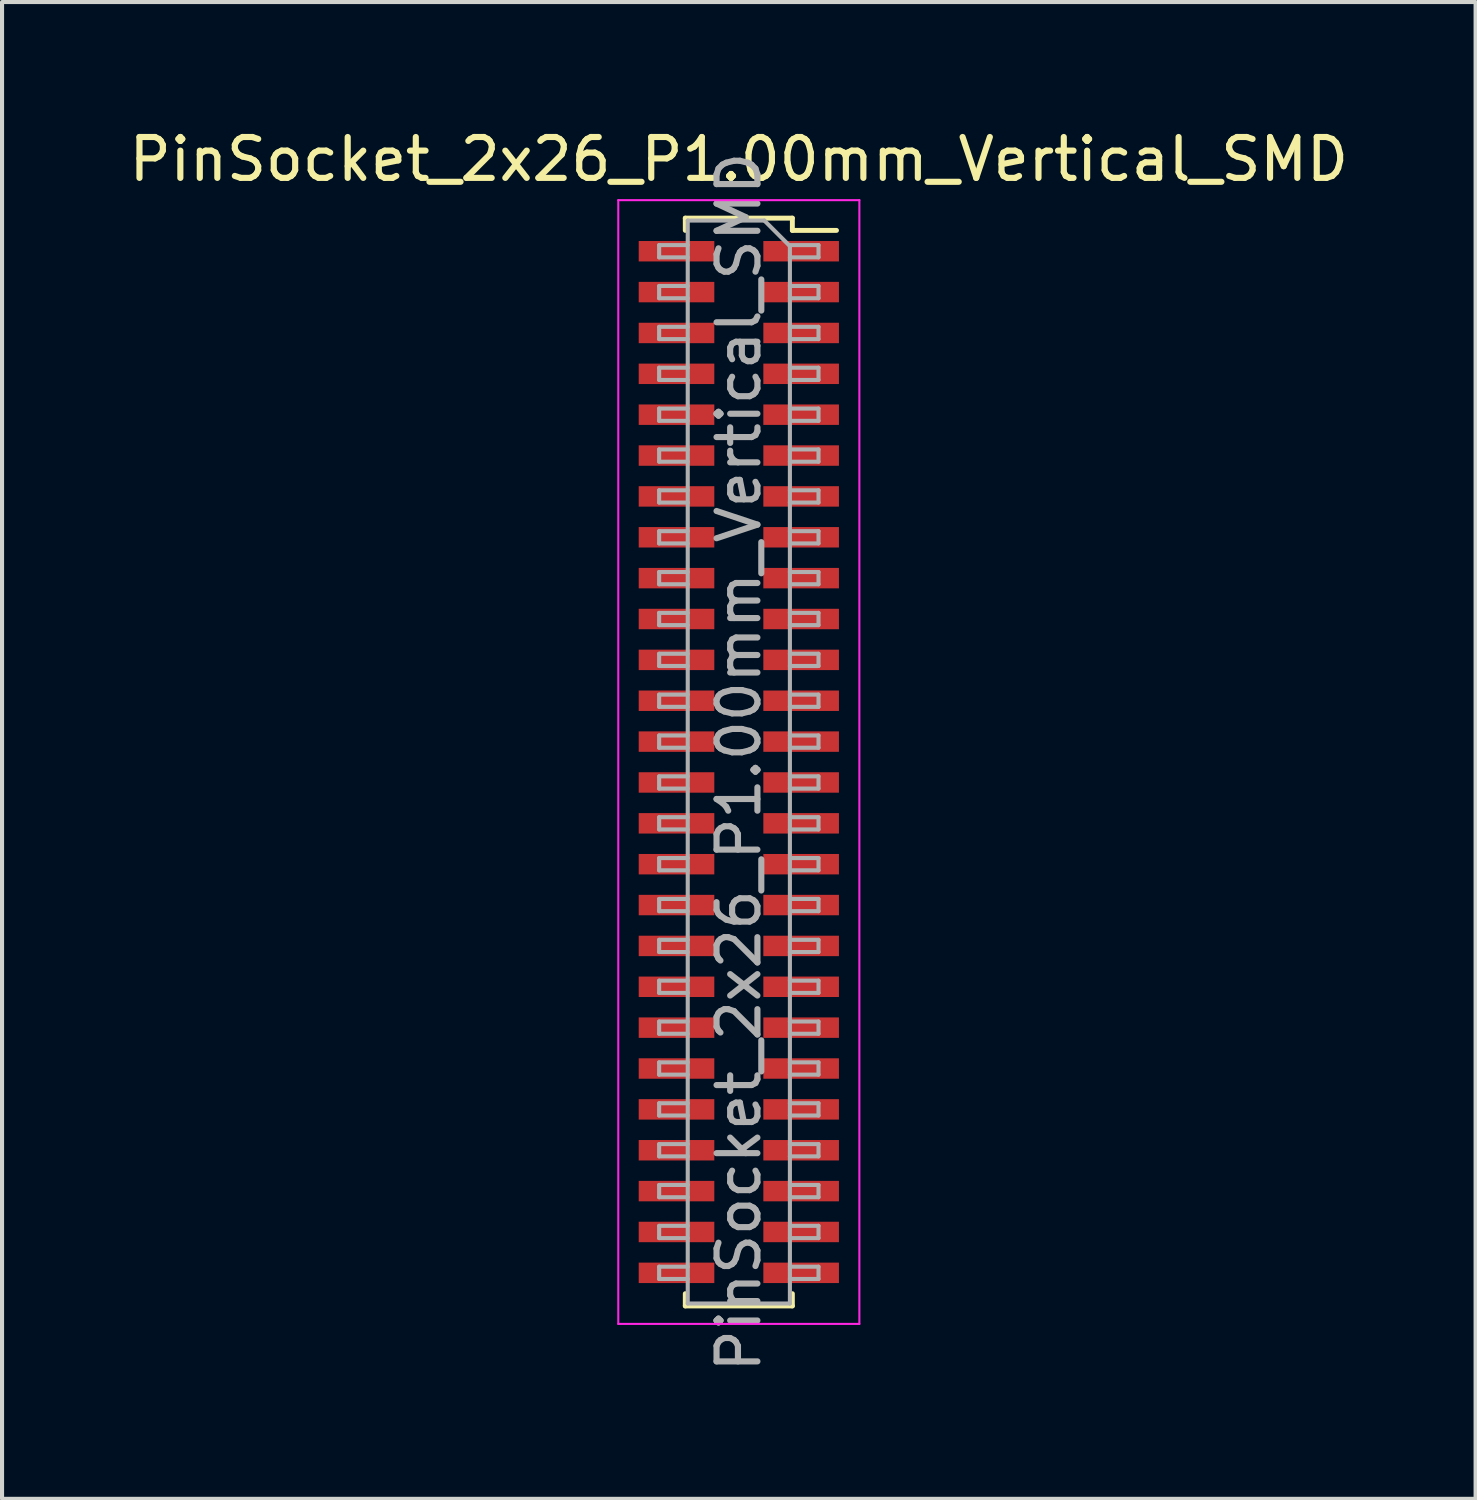
<source format=kicad_pcb>
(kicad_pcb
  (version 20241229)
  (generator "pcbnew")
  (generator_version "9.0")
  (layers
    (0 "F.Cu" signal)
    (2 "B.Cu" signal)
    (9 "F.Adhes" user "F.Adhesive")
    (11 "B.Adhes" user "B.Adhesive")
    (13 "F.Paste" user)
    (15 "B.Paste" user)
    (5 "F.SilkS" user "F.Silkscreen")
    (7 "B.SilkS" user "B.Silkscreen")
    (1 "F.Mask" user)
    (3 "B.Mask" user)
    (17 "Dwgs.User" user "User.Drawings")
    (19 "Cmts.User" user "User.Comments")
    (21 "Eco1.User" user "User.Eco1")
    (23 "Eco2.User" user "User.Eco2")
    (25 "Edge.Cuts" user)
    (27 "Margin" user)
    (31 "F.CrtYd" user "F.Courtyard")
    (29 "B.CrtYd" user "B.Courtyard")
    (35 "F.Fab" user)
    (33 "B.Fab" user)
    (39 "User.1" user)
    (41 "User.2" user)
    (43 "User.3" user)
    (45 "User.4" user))
  (footprint "PinSocket_2x26_P1.00mm_Vertical_SMD"
    (layer "F.Cu")
    (at 15.03 15.598)
    (property "Reference" "PinSocket_2x26_P1.00mm_Vertical_SMD" (at 0 -14.75 0) (layer "F.SilkS") (effects (font (size 1 1) (thickness 0.15))))
    (attr smd)
    (fp_line (start -1.31 -13.31) (end -1.31 -13.01) (stroke (width 0.12) (type solid)) (layer "F.SilkS"))
    (fp_line (start -1.31 -13.31) (end 1.31 -13.31) (stroke (width 0.12) (type solid)) (layer "F.SilkS"))
    (fp_line (start -1.31 13.01) (end -1.31 13.31) (stroke (width 0.12) (type solid)) (layer "F.SilkS"))
    (fp_line (start -1.31 13.31) (end 1.31 13.31) (stroke (width 0.12) (type solid)) (layer "F.SilkS"))
    (fp_line (start 1.31 -13.31) (end 1.31 -13.01) (stroke (width 0.12) (type solid)) (layer "F.SilkS"))
    (fp_line (start 1.31 -13.01) (end 2.39 -13.01) (stroke (width 0.12) (type solid)) (layer "F.SilkS"))
    (fp_line (start 1.31 13.01) (end 1.31 13.31) (stroke (width 0.12) (type solid)) (layer "F.SilkS"))
    (fp_line (start -2.95 -13.75) (end 2.95 -13.75) (stroke (width 0.05) (type solid)) (layer "F.CrtYd"))
    (fp_line (start -2.95 13.75) (end -2.95 -13.75) (stroke (width 0.05) (type solid)) (layer "F.CrtYd"))
    (fp_line (start 2.95 -13.75) (end 2.95 13.75) (stroke (width 0.05) (type solid)) (layer "F.CrtYd"))
    (fp_line (start 2.95 13.75) (end -2.95 13.75) (stroke (width 0.05) (type solid)) (layer "F.CrtYd"))
    (fp_line (start -1.95 -12.65) (end -1.25 -12.65) (stroke (width 0.1) (type solid)) (layer "F.Fab"))
    (fp_line (start -1.95 -12.35) (end -1.95 -12.65) (stroke (width 0.1) (type solid)) (layer "F.Fab"))
    (fp_line (start -1.95 -11.65) (end -1.25 -11.65) (stroke (width 0.1) (type solid)) (layer "F.Fab"))
    (fp_line (start -1.95 -11.35) (end -1.95 -11.65) (stroke (width 0.1) (type solid)) (layer "F.Fab"))
    (fp_line (start -1.95 -10.65) (end -1.25 -10.65) (stroke (width 0.1) (type solid)) (layer "F.Fab"))
    (fp_line (start -1.95 -10.35) (end -1.95 -10.65) (stroke (width 0.1) (type solid)) (layer "F.Fab"))
    (fp_line (start -1.95 -9.65) (end -1.25 -9.65) (stroke (width 0.1) (type solid)) (layer "F.Fab"))
    (fp_line (start -1.95 -9.35) (end -1.95 -9.65) (stroke (width 0.1) (type solid)) (layer "F.Fab"))
    (fp_line (start -1.95 -8.65) (end -1.25 -8.65) (stroke (width 0.1) (type solid)) (layer "F.Fab"))
    (fp_line (start -1.95 -8.35) (end -1.95 -8.65) (stroke (width 0.1) (type solid)) (layer "F.Fab"))
    (fp_line (start -1.95 -7.65) (end -1.25 -7.65) (stroke (width 0.1) (type solid)) (layer "F.Fab"))
    (fp_line (start -1.95 -7.35) (end -1.95 -7.65) (stroke (width 0.1) (type solid)) (layer "F.Fab"))
    (fp_line (start -1.95 -6.65) (end -1.25 -6.65) (stroke (width 0.1) (type solid)) (layer "F.Fab"))
    (fp_line (start -1.95 -6.35) (end -1.95 -6.65) (stroke (width 0.1) (type solid)) (layer "F.Fab"))
    (fp_line (start -1.95 -5.65) (end -1.25 -5.65) (stroke (width 0.1) (type solid)) (layer "F.Fab"))
    (fp_line (start -1.95 -5.35) (end -1.95 -5.65) (stroke (width 0.1) (type solid)) (layer "F.Fab"))
    (fp_line (start -1.95 -4.65) (end -1.25 -4.65) (stroke (width 0.1) (type solid)) (layer "F.Fab"))
    (fp_line (start -1.95 -4.35) (end -1.95 -4.65) (stroke (width 0.1) (type solid)) (layer "F.Fab"))
    (fp_line (start -1.95 -3.65) (end -1.25 -3.65) (stroke (width 0.1) (type solid)) (layer "F.Fab"))
    (fp_line (start -1.95 -3.35) (end -1.95 -3.65) (stroke (width 0.1) (type solid)) (layer "F.Fab"))
    (fp_line (start -1.95 -2.65) (end -1.25 -2.65) (stroke (width 0.1) (type solid)) (layer "F.Fab"))
    (fp_line (start -1.95 -2.35) (end -1.95 -2.65) (stroke (width 0.1) (type solid)) (layer "F.Fab"))
    (fp_line (start -1.95 -1.65) (end -1.25 -1.65) (stroke (width 0.1) (type solid)) (layer "F.Fab"))
    (fp_line (start -1.95 -1.35) (end -1.95 -1.65) (stroke (width 0.1) (type solid)) (layer "F.Fab"))
    (fp_line (start -1.95 -0.65) (end -1.25 -0.65) (stroke (width 0.1) (type solid)) (layer "F.Fab"))
    (fp_line (start -1.95 -0.35) (end -1.95 -0.65) (stroke (width 0.1) (type solid)) (layer "F.Fab"))
    (fp_line (start -1.95 0.35) (end -1.25 0.35) (stroke (width 0.1) (type solid)) (layer "F.Fab"))
    (fp_line (start -1.95 0.65) (end -1.95 0.35) (stroke (width 0.1) (type solid)) (layer "F.Fab"))
    (fp_line (start -1.95 1.35) (end -1.25 1.35) (stroke (width 0.1) (type solid)) (layer "F.Fab"))
    (fp_line (start -1.95 1.65) (end -1.95 1.35) (stroke (width 0.1) (type solid)) (layer "F.Fab"))
    (fp_line (start -1.95 2.35) (end -1.25 2.35) (stroke (width 0.1) (type solid)) (layer "F.Fab"))
    (fp_line (start -1.95 2.65) (end -1.95 2.35) (stroke (width 0.1) (type solid)) (layer "F.Fab"))
    (fp_line (start -1.95 3.35) (end -1.25 3.35) (stroke (width 0.1) (type solid)) (layer "F.Fab"))
    (fp_line (start -1.95 3.65) (end -1.95 3.35) (stroke (width 0.1) (type solid)) (layer "F.Fab"))
    (fp_line (start -1.95 4.35) (end -1.25 4.35) (stroke (width 0.1) (type solid)) (layer "F.Fab"))
    (fp_line (start -1.95 4.65) (end -1.95 4.35) (stroke (width 0.1) (type solid)) (layer "F.Fab"))
    (fp_line (start -1.95 5.35) (end -1.25 5.35) (stroke (width 0.1) (type solid)) (layer "F.Fab"))
    (fp_line (start -1.95 5.65) (end -1.95 5.35) (stroke (width 0.1) (type solid)) (layer "F.Fab"))
    (fp_line (start -1.95 6.35) (end -1.25 6.35) (stroke (width 0.1) (type solid)) (layer "F.Fab"))
    (fp_line (start -1.95 6.65) (end -1.95 6.35) (stroke (width 0.1) (type solid)) (layer "F.Fab"))
    (fp_line (start -1.95 7.35) (end -1.25 7.35) (stroke (width 0.1) (type solid)) (layer "F.Fab"))
    (fp_line (start -1.95 7.65) (end -1.95 7.35) (stroke (width 0.1) (type solid)) (layer "F.Fab"))
    (fp_line (start -1.95 8.35) (end -1.25 8.35) (stroke (width 0.1) (type solid)) (layer "F.Fab"))
    (fp_line (start -1.95 8.65) (end -1.95 8.35) (stroke (width 0.1) (type solid)) (layer "F.Fab"))
    (fp_line (start -1.95 9.35) (end -1.25 9.35) (stroke (width 0.1) (type solid)) (layer "F.Fab"))
    (fp_line (start -1.95 9.65) (end -1.95 9.35) (stroke (width 0.1) (type solid)) (layer "F.Fab"))
    (fp_line (start -1.95 10.35) (end -1.25 10.35) (stroke (width 0.1) (type solid)) (layer "F.Fab"))
    (fp_line (start -1.95 10.65) (end -1.95 10.35) (stroke (width 0.1) (type solid)) (layer "F.Fab"))
    (fp_line (start -1.95 11.35) (end -1.25 11.35) (stroke (width 0.1) (type solid)) (layer "F.Fab"))
    (fp_line (start -1.95 11.65) (end -1.95 11.35) (stroke (width 0.1) (type solid)) (layer "F.Fab"))
    (fp_line (start -1.95 12.35) (end -1.25 12.35) (stroke (width 0.1) (type solid)) (layer "F.Fab"))
    (fp_line (start -1.95 12.65) (end -1.95 12.35) (stroke (width 0.1) (type solid)) (layer "F.Fab"))
    (fp_line (start -1.25 -13.25) (end 0.625 -13.25) (stroke (width 0.1) (type solid)) (layer "F.Fab"))
    (fp_line (start -1.25 -12.35) (end -1.95 -12.35) (stroke (width 0.1) (type solid)) (layer "F.Fab"))
    (fp_line (start -1.25 -11.35) (end -1.95 -11.35) (stroke (width 0.1) (type solid)) (layer "F.Fab"))
    (fp_line (start -1.25 -10.35) (end -1.95 -10.35) (stroke (width 0.1) (type solid)) (layer "F.Fab"))
    (fp_line (start -1.25 -9.35) (end -1.95 -9.35) (stroke (width 0.1) (type solid)) (layer "F.Fab"))
    (fp_line (start -1.25 -8.35) (end -1.95 -8.35) (stroke (width 0.1) (type solid)) (layer "F.Fab"))
    (fp_line (start -1.25 -7.35) (end -1.95 -7.35) (stroke (width 0.1) (type solid)) (layer "F.Fab"))
    (fp_line (start -1.25 -6.35) (end -1.95 -6.35) (stroke (width 0.1) (type solid)) (layer "F.Fab"))
    (fp_line (start -1.25 -5.35) (end -1.95 -5.35) (stroke (width 0.1) (type solid)) (layer "F.Fab"))
    (fp_line (start -1.25 -4.35) (end -1.95 -4.35) (stroke (width 0.1) (type solid)) (layer "F.Fab"))
    (fp_line (start -1.25 -3.35) (end -1.95 -3.35) (stroke (width 0.1) (type solid)) (layer "F.Fab"))
    (fp_line (start -1.25 -2.35) (end -1.95 -2.35) (stroke (width 0.1) (type solid)) (layer "F.Fab"))
    (fp_line (start -1.25 -1.35) (end -1.95 -1.35) (stroke (width 0.1) (type solid)) (layer "F.Fab"))
    (fp_line (start -1.25 -0.35) (end -1.95 -0.35) (stroke (width 0.1) (type solid)) (layer "F.Fab"))
    (fp_line (start -1.25 0.65) (end -1.95 0.65) (stroke (width 0.1) (type solid)) (layer "F.Fab"))
    (fp_line (start -1.25 1.65) (end -1.95 1.65) (stroke (width 0.1) (type solid)) (layer "F.Fab"))
    (fp_line (start -1.25 2.65) (end -1.95 2.65) (stroke (width 0.1) (type solid)) (layer "F.Fab"))
    (fp_line (start -1.25 3.65) (end -1.95 3.65) (stroke (width 0.1) (type solid)) (layer "F.Fab"))
    (fp_line (start -1.25 4.65) (end -1.95 4.65) (stroke (width 0.1) (type solid)) (layer "F.Fab"))
    (fp_line (start -1.25 5.65) (end -1.95 5.65) (stroke (width 0.1) (type solid)) (layer "F.Fab"))
    (fp_line (start -1.25 6.65) (end -1.95 6.65) (stroke (width 0.1) (type solid)) (layer "F.Fab"))
    (fp_line (start -1.25 7.65) (end -1.95 7.65) (stroke (width 0.1) (type solid)) (layer "F.Fab"))
    (fp_line (start -1.25 8.65) (end -1.95 8.65) (stroke (width 0.1) (type solid)) (layer "F.Fab"))
    (fp_line (start -1.25 9.65) (end -1.95 9.65) (stroke (width 0.1) (type solid)) (layer "F.Fab"))
    (fp_line (start -1.25 10.65) (end -1.95 10.65) (stroke (width 0.1) (type solid)) (layer "F.Fab"))
    (fp_line (start -1.25 11.65) (end -1.95 11.65) (stroke (width 0.1) (type solid)) (layer "F.Fab"))
    (fp_line (start -1.25 12.65) (end -1.95 12.65) (stroke (width 0.1) (type solid)) (layer "F.Fab"))
    (fp_line (start -1.25 13.25) (end -1.25 -13.25) (stroke (width 0.1) (type solid)) (layer "F.Fab"))
    (fp_line (start 0.625 -13.25) (end 1.25 -12.625) (stroke (width 0.1) (type solid)) (layer "F.Fab"))
    (fp_line (start 1.25 -12.65) (end 1.95 -12.65) (stroke (width 0.1) (type solid)) (layer "F.Fab"))
    (fp_line (start 1.25 -12.625) (end 1.25 13.25) (stroke (width 0.1) (type solid)) (layer "F.Fab"))
    (fp_line (start 1.25 -11.65) (end 1.95 -11.65) (stroke (width 0.1) (type solid)) (layer "F.Fab"))
    (fp_line (start 1.25 -10.65) (end 1.95 -10.65) (stroke (width 0.1) (type solid)) (layer "F.Fab"))
    (fp_line (start 1.25 -9.65) (end 1.95 -9.65) (stroke (width 0.1) (type solid)) (layer "F.Fab"))
    (fp_line (start 1.25 -8.65) (end 1.95 -8.65) (stroke (width 0.1) (type solid)) (layer "F.Fab"))
    (fp_line (start 1.25 -7.65) (end 1.95 -7.65) (stroke (width 0.1) (type solid)) (layer "F.Fab"))
    (fp_line (start 1.25 -6.65) (end 1.95 -6.65) (stroke (width 0.1) (type solid)) (layer "F.Fab"))
    (fp_line (start 1.25 -5.65) (end 1.95 -5.65) (stroke (width 0.1) (type solid)) (layer "F.Fab"))
    (fp_line (start 1.25 -4.65) (end 1.95 -4.65) (stroke (width 0.1) (type solid)) (layer "F.Fab"))
    (fp_line (start 1.25 -3.65) (end 1.95 -3.65) (stroke (width 0.1) (type solid)) (layer "F.Fab"))
    (fp_line (start 1.25 -2.65) (end 1.95 -2.65) (stroke (width 0.1) (type solid)) (layer "F.Fab"))
    (fp_line (start 1.25 -1.65) (end 1.95 -1.65) (stroke (width 0.1) (type solid)) (layer "F.Fab"))
    (fp_line (start 1.25 -0.65) (end 1.95 -0.65) (stroke (width 0.1) (type solid)) (layer "F.Fab"))
    (fp_line (start 1.25 0.35) (end 1.95 0.35) (stroke (width 0.1) (type solid)) (layer "F.Fab"))
    (fp_line (start 1.25 1.35) (end 1.95 1.35) (stroke (width 0.1) (type solid)) (layer "F.Fab"))
    (fp_line (start 1.25 2.35) (end 1.95 2.35) (stroke (width 0.1) (type solid)) (layer "F.Fab"))
    (fp_line (start 1.25 3.35) (end 1.95 3.35) (stroke (width 0.1) (type solid)) (layer "F.Fab"))
    (fp_line (start 1.25 4.35) (end 1.95 4.35) (stroke (width 0.1) (type solid)) (layer "F.Fab"))
    (fp_line (start 1.25 5.35) (end 1.95 5.35) (stroke (width 0.1) (type solid)) (layer "F.Fab"))
    (fp_line (start 1.25 6.35) (end 1.95 6.35) (stroke (width 0.1) (type solid)) (layer "F.Fab"))
    (fp_line (start 1.25 7.35) (end 1.95 7.35) (stroke (width 0.1) (type solid)) (layer "F.Fab"))
    (fp_line (start 1.25 8.35) (end 1.95 8.35) (stroke (width 0.1) (type solid)) (layer "F.Fab"))
    (fp_line (start 1.25 9.35) (end 1.95 9.35) (stroke (width 0.1) (type solid)) (layer "F.Fab"))
    (fp_line (start 1.25 10.35) (end 1.95 10.35) (stroke (width 0.1) (type solid)) (layer "F.Fab"))
    (fp_line (start 1.25 11.35) (end 1.95 11.35) (stroke (width 0.1) (type solid)) (layer "F.Fab"))
    (fp_line (start 1.25 12.35) (end 1.95 12.35) (stroke (width 0.1) (type solid)) (layer "F.Fab"))
    (fp_line (start 1.25 13.25) (end -1.25 13.25) (stroke (width 0.1) (type solid)) (layer "F.Fab"))
    (fp_line (start 1.95 -12.65) (end 1.95 -12.35) (stroke (width 0.1) (type solid)) (layer "F.Fab"))
    (fp_line (start 1.95 -12.35) (end 1.25 -12.35) (stroke (width 0.1) (type solid)) (layer "F.Fab"))
    (fp_line (start 1.95 -11.65) (end 1.95 -11.35) (stroke (width 0.1) (type solid)) (layer "F.Fab"))
    (fp_line (start 1.95 -11.35) (end 1.25 -11.35) (stroke (width 0.1) (type solid)) (layer "F.Fab"))
    (fp_line (start 1.95 -10.65) (end 1.95 -10.35) (stroke (width 0.1) (type solid)) (layer "F.Fab"))
    (fp_line (start 1.95 -10.35) (end 1.25 -10.35) (stroke (width 0.1) (type solid)) (layer "F.Fab"))
    (fp_line (start 1.95 -9.65) (end 1.95 -9.35) (stroke (width 0.1) (type solid)) (layer "F.Fab"))
    (fp_line (start 1.95 -9.35) (end 1.25 -9.35) (stroke (width 0.1) (type solid)) (layer "F.Fab"))
    (fp_line (start 1.95 -8.65) (end 1.95 -8.35) (stroke (width 0.1) (type solid)) (layer "F.Fab"))
    (fp_line (start 1.95 -8.35) (end 1.25 -8.35) (stroke (width 0.1) (type solid)) (layer "F.Fab"))
    (fp_line (start 1.95 -7.65) (end 1.95 -7.35) (stroke (width 0.1) (type solid)) (layer "F.Fab"))
    (fp_line (start 1.95 -7.35) (end 1.25 -7.35) (stroke (width 0.1) (type solid)) (layer "F.Fab"))
    (fp_line (start 1.95 -6.65) (end 1.95 -6.35) (stroke (width 0.1) (type solid)) (layer "F.Fab"))
    (fp_line (start 1.95 -6.35) (end 1.25 -6.35) (stroke (width 0.1) (type solid)) (layer "F.Fab"))
    (fp_line (start 1.95 -5.65) (end 1.95 -5.35) (stroke (width 0.1) (type solid)) (layer "F.Fab"))
    (fp_line (start 1.95 -5.35) (end 1.25 -5.35) (stroke (width 0.1) (type solid)) (layer "F.Fab"))
    (fp_line (start 1.95 -4.65) (end 1.95 -4.35) (stroke (width 0.1) (type solid)) (layer "F.Fab"))
    (fp_line (start 1.95 -4.35) (end 1.25 -4.35) (stroke (width 0.1) (type solid)) (layer "F.Fab"))
    (fp_line (start 1.95 -3.65) (end 1.95 -3.35) (stroke (width 0.1) (type solid)) (layer "F.Fab"))
    (fp_line (start 1.95 -3.35) (end 1.25 -3.35) (stroke (width 0.1) (type solid)) (layer "F.Fab"))
    (fp_line (start 1.95 -2.65) (end 1.95 -2.35) (stroke (width 0.1) (type solid)) (layer "F.Fab"))
    (fp_line (start 1.95 -2.35) (end 1.25 -2.35) (stroke (width 0.1) (type solid)) (layer "F.Fab"))
    (fp_line (start 1.95 -1.65) (end 1.95 -1.35) (stroke (width 0.1) (type solid)) (layer "F.Fab"))
    (fp_line (start 1.95 -1.35) (end 1.25 -1.35) (stroke (width 0.1) (type solid)) (layer "F.Fab"))
    (fp_line (start 1.95 -0.65) (end 1.95 -0.35) (stroke (width 0.1) (type solid)) (layer "F.Fab"))
    (fp_line (start 1.95 -0.35) (end 1.25 -0.35) (stroke (width 0.1) (type solid)) (layer "F.Fab"))
    (fp_line (start 1.95 0.35) (end 1.95 0.65) (stroke (width 0.1) (type solid)) (layer "F.Fab"))
    (fp_line (start 1.95 0.65) (end 1.25 0.65) (stroke (width 0.1) (type solid)) (layer "F.Fab"))
    (fp_line (start 1.95 1.35) (end 1.95 1.65) (stroke (width 0.1) (type solid)) (layer "F.Fab"))
    (fp_line (start 1.95 1.65) (end 1.25 1.65) (stroke (width 0.1) (type solid)) (layer "F.Fab"))
    (fp_line (start 1.95 2.35) (end 1.95 2.65) (stroke (width 0.1) (type solid)) (layer "F.Fab"))
    (fp_line (start 1.95 2.65) (end 1.25 2.65) (stroke (width 0.1) (type solid)) (layer "F.Fab"))
    (fp_line (start 1.95 3.35) (end 1.95 3.65) (stroke (width 0.1) (type solid)) (layer "F.Fab"))
    (fp_line (start 1.95 3.65) (end 1.25 3.65) (stroke (width 0.1) (type solid)) (layer "F.Fab"))
    (fp_line (start 1.95 4.35) (end 1.95 4.65) (stroke (width 0.1) (type solid)) (layer "F.Fab"))
    (fp_line (start 1.95 4.65) (end 1.25 4.65) (stroke (width 0.1) (type solid)) (layer "F.Fab"))
    (fp_line (start 1.95 5.35) (end 1.95 5.65) (stroke (width 0.1) (type solid)) (layer "F.Fab"))
    (fp_line (start 1.95 5.65) (end 1.25 5.65) (stroke (width 0.1) (type solid)) (layer "F.Fab"))
    (fp_line (start 1.95 6.35) (end 1.95 6.65) (stroke (width 0.1) (type solid)) (layer "F.Fab"))
    (fp_line (start 1.95 6.65) (end 1.25 6.65) (stroke (width 0.1) (type solid)) (layer "F.Fab"))
    (fp_line (start 1.95 7.35) (end 1.95 7.65) (stroke (width 0.1) (type solid)) (layer "F.Fab"))
    (fp_line (start 1.95 7.65) (end 1.25 7.65) (stroke (width 0.1) (type solid)) (layer "F.Fab"))
    (fp_line (start 1.95 8.35) (end 1.95 8.65) (stroke (width 0.1) (type solid)) (layer "F.Fab"))
    (fp_line (start 1.95 8.65) (end 1.25 8.65) (stroke (width 0.1) (type solid)) (layer "F.Fab"))
    (fp_line (start 1.95 9.35) (end 1.95 9.65) (stroke (width 0.1) (type solid)) (layer "F.Fab"))
    (fp_line (start 1.95 9.65) (end 1.25 9.65) (stroke (width 0.1) (type solid)) (layer "F.Fab"))
    (fp_line (start 1.95 10.35) (end 1.95 10.65) (stroke (width 0.1) (type solid)) (layer "F.Fab"))
    (fp_line (start 1.95 10.65) (end 1.25 10.65) (stroke (width 0.1) (type solid)) (layer "F.Fab"))
    (fp_line (start 1.95 11.35) (end 1.95 11.65) (stroke (width 0.1) (type solid)) (layer "F.Fab"))
    (fp_line (start 1.95 11.65) (end 1.25 11.65) (stroke (width 0.1) (type solid)) (layer "F.Fab"))
    (fp_line (start 1.95 12.35) (end 1.95 12.65) (stroke (width 0.1) (type solid)) (layer "F.Fab"))
    (fp_line (start 1.95 12.65) (end 1.25 12.65) (stroke (width 0.1) (type solid)) (layer "F.Fab"))
    (fp_text user "${REFERENCE}" (at 0 0 90) (layer "F.Fab") (effects (font (size 1 1) (thickness 0.15))))
    (pad "1" smd rect (at 1.525 -12.5) (size 1.85 0.5) (layers "F.Cu" "F.Mask" "F.Paste"))
    (pad "2" smd rect (at -1.525 -12.5) (size 1.85 0.5) (layers "F.Cu" "F.Mask" "F.Paste"))
    (pad "3" smd rect (at 1.525 -11.5) (size 1.85 0.5) (layers "F.Cu" "F.Mask" "F.Paste"))
    (pad "4" smd rect (at -1.525 -11.5) (size 1.85 0.5) (layers "F.Cu" "F.Mask" "F.Paste"))
    (pad "5" smd rect (at 1.525 -10.5) (size 1.85 0.5) (layers "F.Cu" "F.Mask" "F.Paste"))
    (pad "6" smd rect (at -1.525 -10.5) (size 1.85 0.5) (layers "F.Cu" "F.Mask" "F.Paste"))
    (pad "7" smd rect (at 1.525 -9.5) (size 1.85 0.5) (layers "F.Cu" "F.Mask" "F.Paste"))
    (pad "8" smd rect (at -1.525 -9.5) (size 1.85 0.5) (layers "F.Cu" "F.Mask" "F.Paste"))
    (pad "9" smd rect (at 1.525 -8.5) (size 1.85 0.5) (layers "F.Cu" "F.Mask" "F.Paste"))
    (pad "10" smd rect (at -1.525 -8.5) (size 1.85 0.5) (layers "F.Cu" "F.Mask" "F.Paste"))
    (pad "11" smd rect (at 1.525 -7.5) (size 1.85 0.5) (layers "F.Cu" "F.Mask" "F.Paste"))
    (pad "12" smd rect (at -1.525 -7.5) (size 1.85 0.5) (layers "F.Cu" "F.Mask" "F.Paste"))
    (pad "13" smd rect (at 1.525 -6.5) (size 1.85 0.5) (layers "F.Cu" "F.Mask" "F.Paste"))
    (pad "14" smd rect (at -1.525 -6.5) (size 1.85 0.5) (layers "F.Cu" "F.Mask" "F.Paste"))
    (pad "15" smd rect (at 1.525 -5.5) (size 1.85 0.5) (layers "F.Cu" "F.Mask" "F.Paste"))
    (pad "16" smd rect (at -1.525 -5.5) (size 1.85 0.5) (layers "F.Cu" "F.Mask" "F.Paste"))
    (pad "17" smd rect (at 1.525 -4.5) (size 1.85 0.5) (layers "F.Cu" "F.Mask" "F.Paste"))
    (pad "18" smd rect (at -1.525 -4.5) (size 1.85 0.5) (layers "F.Cu" "F.Mask" "F.Paste"))
    (pad "19" smd rect (at 1.525 -3.5) (size 1.85 0.5) (layers "F.Cu" "F.Mask" "F.Paste"))
    (pad "20" smd rect (at -1.525 -3.5) (size 1.85 0.5) (layers "F.Cu" "F.Mask" "F.Paste"))
    (pad "21" smd rect (at 1.525 -2.5) (size 1.85 0.5) (layers "F.Cu" "F.Mask" "F.Paste"))
    (pad "22" smd rect (at -1.525 -2.5) (size 1.85 0.5) (layers "F.Cu" "F.Mask" "F.Paste"))
    (pad "23" smd rect (at 1.525 -1.5) (size 1.85 0.5) (layers "F.Cu" "F.Mask" "F.Paste"))
    (pad "24" smd rect (at -1.525 -1.5) (size 1.85 0.5) (layers "F.Cu" "F.Mask" "F.Paste"))
    (pad "25" smd rect (at 1.525 -0.5) (size 1.85 0.5) (layers "F.Cu" "F.Mask" "F.Paste"))
    (pad "26" smd rect (at -1.525 -0.5) (size 1.85 0.5) (layers "F.Cu" "F.Mask" "F.Paste"))
    (pad "27" smd rect (at 1.525 0.5) (size 1.85 0.5) (layers "F.Cu" "F.Mask" "F.Paste"))
    (pad "28" smd rect (at -1.525 0.5) (size 1.85 0.5) (layers "F.Cu" "F.Mask" "F.Paste"))
    (pad "29" smd rect (at 1.525 1.5) (size 1.85 0.5) (layers "F.Cu" "F.Mask" "F.Paste"))
    (pad "30" smd rect (at -1.525 1.5) (size 1.85 0.5) (layers "F.Cu" "F.Mask" "F.Paste"))
    (pad "31" smd rect (at 1.525 2.5) (size 1.85 0.5) (layers "F.Cu" "F.Mask" "F.Paste"))
    (pad "32" smd rect (at -1.525 2.5) (size 1.85 0.5) (layers "F.Cu" "F.Mask" "F.Paste"))
    (pad "33" smd rect (at 1.525 3.5) (size 1.85 0.5) (layers "F.Cu" "F.Mask" "F.Paste"))
    (pad "34" smd rect (at -1.525 3.5) (size 1.85 0.5) (layers "F.Cu" "F.Mask" "F.Paste"))
    (pad "35" smd rect (at 1.525 4.5) (size 1.85 0.5) (layers "F.Cu" "F.Mask" "F.Paste"))
    (pad "36" smd rect (at -1.525 4.5) (size 1.85 0.5) (layers "F.Cu" "F.Mask" "F.Paste"))
    (pad "37" smd rect (at 1.525 5.5) (size 1.85 0.5) (layers "F.Cu" "F.Mask" "F.Paste"))
    (pad "38" smd rect (at -1.525 5.5) (size 1.85 0.5) (layers "F.Cu" "F.Mask" "F.Paste"))
    (pad "39" smd rect (at 1.525 6.5) (size 1.85 0.5) (layers "F.Cu" "F.Mask" "F.Paste"))
    (pad "40" smd rect (at -1.525 6.5) (size 1.85 0.5) (layers "F.Cu" "F.Mask" "F.Paste"))
    (pad "41" smd rect (at 1.525 7.5) (size 1.85 0.5) (layers "F.Cu" "F.Mask" "F.Paste"))
    (pad "42" smd rect (at -1.525 7.5) (size 1.85 0.5) (layers "F.Cu" "F.Mask" "F.Paste"))
    (pad "43" smd rect (at 1.525 8.5) (size 1.85 0.5) (layers "F.Cu" "F.Mask" "F.Paste"))
    (pad "44" smd rect (at -1.525 8.5) (size 1.85 0.5) (layers "F.Cu" "F.Mask" "F.Paste"))
    (pad "45" smd rect (at 1.525 9.5) (size 1.85 0.5) (layers "F.Cu" "F.Mask" "F.Paste"))
    (pad "46" smd rect (at -1.525 9.5) (size 1.85 0.5) (layers "F.Cu" "F.Mask" "F.Paste"))
    (pad "47" smd rect (at 1.525 10.5) (size 1.85 0.5) (layers "F.Cu" "F.Mask" "F.Paste"))
    (pad "48" smd rect (at -1.525 10.5) (size 1.85 0.5) (layers "F.Cu" "F.Mask" "F.Paste"))
    (pad "49" smd rect (at 1.525 11.5) (size 1.85 0.5) (layers "F.Cu" "F.Mask" "F.Paste"))
    (pad "50" smd rect (at -1.525 11.5) (size 1.85 0.5) (layers "F.Cu" "F.Mask" "F.Paste"))
    (pad "51" smd rect (at 1.525 12.5) (size 1.85 0.5) (layers "F.Cu" "F.Mask" "F.Paste"))
    (pad "52" smd rect (at -1.525 12.5) (size 1.85 0.5) (layers "F.Cu" "F.Mask" "F.Paste")))
  (gr_rect
    (start -3 -3)
    (end 33.06 33.628)
    (stroke (width 0.1) (type default))
    (fill no)
    (layer "Edge.Cuts")))
</source>
